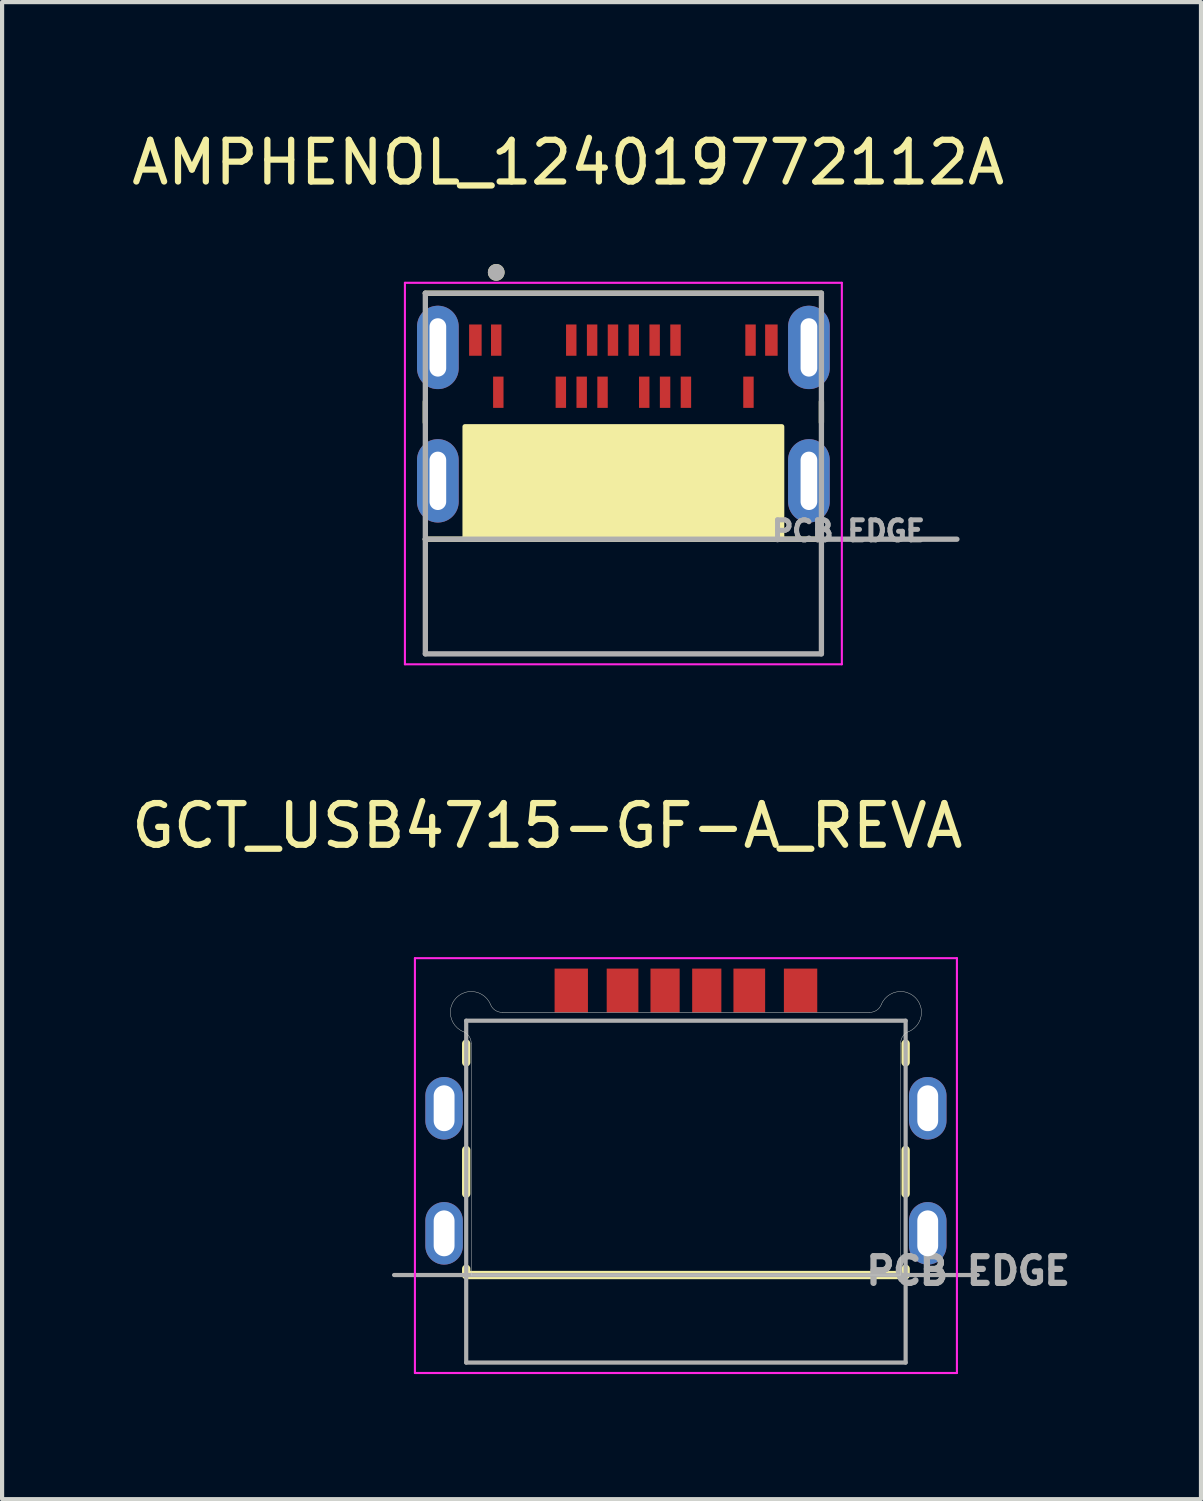
<source format=kicad_pcb>
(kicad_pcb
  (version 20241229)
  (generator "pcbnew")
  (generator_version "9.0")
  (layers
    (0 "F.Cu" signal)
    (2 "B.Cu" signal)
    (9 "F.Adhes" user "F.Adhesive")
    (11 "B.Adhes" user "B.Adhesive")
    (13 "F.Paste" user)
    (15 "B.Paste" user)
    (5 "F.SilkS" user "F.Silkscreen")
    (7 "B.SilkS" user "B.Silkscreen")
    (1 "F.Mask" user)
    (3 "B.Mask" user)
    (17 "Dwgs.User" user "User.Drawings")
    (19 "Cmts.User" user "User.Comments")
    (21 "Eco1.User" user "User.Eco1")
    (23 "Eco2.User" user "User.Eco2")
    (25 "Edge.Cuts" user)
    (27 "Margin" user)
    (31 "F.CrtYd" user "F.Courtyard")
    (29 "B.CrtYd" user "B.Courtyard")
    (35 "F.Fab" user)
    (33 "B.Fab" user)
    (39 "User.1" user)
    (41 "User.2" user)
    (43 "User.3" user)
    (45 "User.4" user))
  (footprint "AMPHENOL_124019772112A"
    (layer "F.Cu")
    (at 11.902 8.483)
    (property "Reference" "AMPHENOL_124019772112A" (at -1.325 -7.635 0) (layer "F.SilkS") (effects (font (size 1 1) (thickness 0.15))))
    (attr through_hole)
    (fp_line (start -4.75 -4.5) (end 4.75 -4.5) (stroke (width 0.127) (type solid)) (layer "F.SilkS"))
    (fp_line (start -4.75 -1.9) (end -4.75 -1.4) (stroke (width 0.127) (type solid)) (layer "F.SilkS"))
    (fp_line (start -4.75 1.4) (end 4.75 1.4) (stroke (width 0.127) (type solid)) (layer "F.SilkS"))
    (fp_line (start 4.75 -1.9) (end 4.75 -1.4) (stroke (width 0.127) (type solid)) (layer "F.SilkS"))
    (fp_rect (start -3.8 1.4) (end 3.8 -1.3) (stroke (width 0.12) (type solid)) (fill yes) (layer "F.SilkS"))
    (fp_circle (center -3.05 -5) (end -2.95 -5) (stroke (width 0.2) (type solid)) (fill no) (layer "F.SilkS"))
    (fp_line (start -5.24 -4.75) (end 5.24 -4.75) (stroke (width 0.05) (type solid)) (layer "F.CrtYd"))
    (fp_line (start -5.24 4.4) (end -5.24 -4.75) (stroke (width 0.05) (type solid)) (layer "F.CrtYd"))
    (fp_line (start 5.24 -4.75) (end 5.24 4.4) (stroke (width 0.05) (type solid)) (layer "F.CrtYd"))
    (fp_line (start 5.24 4.4) (end -5.24 4.4) (stroke (width 0.05) (type solid)) (layer "F.CrtYd"))
    (fp_line (start -4.75 -4.5) (end 4.75 -4.5) (stroke (width 0.127) (type solid)) (layer "F.Fab"))
    (fp_line (start -4.75 1.4) (end -4.75 -4.5) (stroke (width 0.127) (type solid)) (layer "F.Fab"))
    (fp_line (start -4.75 1.4) (end 8 1.4) (stroke (width 0.127) (type solid)) (layer "F.Fab"))
    (fp_line (start -4.75 4.15) (end -4.75 1.4) (stroke (width 0.127) (type solid)) (layer "F.Fab"))
    (fp_line (start 4.75 -4.5) (end 4.75 4.15) (stroke (width 0.127) (type solid)) (layer "F.Fab"))
    (fp_line (start 4.75 4.15) (end -4.75 4.15) (stroke (width 0.127) (type solid)) (layer "F.Fab"))
    (fp_circle (center -3.05 -5) (end -2.95 -5) (stroke (width 0.2) (type solid)) (fill no) (layer "F.Fab"))
    (fp_text user "PCB EDGE" (at 5.4 1.2 0) (layer "F.Fab") (effects (font (size 0.48 0.48) (thickness 0.15))))
    (pad "A1" smd rect (at -3.05 -3.375) (size 0.25 0.75) (layers "F.Cu" "F.Mask" "F.Paste"))
    (pad "A4" smd rect (at -1.25 -3.375) (size 0.25 0.75) (layers "F.Cu" "F.Mask" "F.Paste"))
    (pad "A5" smd rect (at -0.75 -3.375) (size 0.25 0.75) (layers "F.Cu" "F.Mask" "F.Paste"))
    (pad "A6" smd rect (at -0.25 -3.375) (size 0.25 0.75) (layers "F.Cu" "F.Mask" "F.Paste"))
    (pad "A7" smd rect (at 0.25 -3.375) (size 0.25 0.75) (layers "F.Cu" "F.Mask" "F.Paste"))
    (pad "A8" smd rect (at 0.75 -3.375) (size 0.25 0.75) (layers "F.Cu" "F.Mask" "F.Paste"))
    (pad "A9" smd rect (at 1.25 -3.375) (size 0.25 0.75) (layers "F.Cu" "F.Mask" "F.Paste"))
    (pad "A12" smd rect (at 3.05 -3.375) (size 0.25 0.75) (layers "F.Cu" "F.Mask" "F.Paste"))
    (pad "B1" smd rect (at 3 -2.125) (size 0.25 0.75) (layers "F.Cu" "F.Mask" "F.Paste"))
    (pad "B4" smd rect (at 1.5 -2.125) (size 0.25 0.75) (layers "F.Cu" "F.Mask" "F.Paste"))
    (pad "B5" smd rect (at 1 -2.125) (size 0.25 0.75) (layers "F.Cu" "F.Mask" "F.Paste"))
    (pad "B6" smd rect (at 0.5 -2.125) (size 0.25 0.75) (layers "F.Cu" "F.Mask" "F.Paste"))
    (pad "B7" smd rect (at -0.5 -2.125) (size 0.25 0.75) (layers "F.Cu" "F.Mask" "F.Paste"))
    (pad "B8" smd rect (at -1 -2.125) (size 0.25 0.75) (layers "F.Cu" "F.Mask" "F.Paste"))
    (pad "B9" smd rect (at -1.5 -2.125) (size 0.25 0.75) (layers "F.Cu" "F.Mask" "F.Paste"))
    (pad "B12" smd rect (at -3 -2.125) (size 0.25 0.75) (layers "F.Cu" "F.Mask" "F.Paste"))
    (pad "G1" smd rect (at -3.55 -3.375) (size 0.3 0.75) (layers "F.Cu" "F.Mask" "F.Paste"))
    (pad "G2" smd rect (at 3.55 -3.375) (size 0.3 0.75) (layers "F.Cu" "F.Mask" "F.Paste"))
    (pad "S1" thru_hole oval (at -4.45 -3.2) (size 1 2) (drill oval 0.4 1.4) (layers "*.Cu" "*.Mask"))
    (pad "S2" thru_hole oval (at 4.45 -3.2) (size 1 2) (drill oval 0.4 1.4) (layers "*.Cu" "*.Mask"))
    (pad "S3" thru_hole oval (at -4.45 0) (size 1 2) (drill oval 0.4 1.4) (layers "*.Cu" "*.Mask"))
    (pad "S4" thru_hole oval (at 4.45 0) (size 1 2) (drill oval 0.4 1.4) (layers "*.Cu" "*.Mask")))
  (footprint "GCT_USB4715-GF-A_REVA"
    (layer "F.Cu")
    (at 13.402 25.532)
    (property "Reference" "GCT_USB4715-GF-A_REVA" (at -3.325 -8.775 0) (layer "F.SilkS") (effects (font (size 1 1) (thickness 0.15))))
    (attr smd)
    (fp_line (start -5.27 -3.55) (end -5.27 -3.1) (stroke (width 0.2) (type solid)) (layer "F.SilkS"))
    (fp_line (start -5.27 -1) (end -5.27 0.05) (stroke (width 0.2) (type solid)) (layer "F.SilkS"))
    (fp_line (start -5.27 1.85) (end -5.27 2) (stroke (width 0.2) (type solid)) (layer "F.SilkS"))
    (fp_line (start -5.27 2) (end 5.27 2) (stroke (width 0.2) (type solid)) (layer "F.SilkS"))
    (fp_line (start 5.27 -3.55) (end 5.27 -3.1) (stroke (width 0.2) (type solid)) (layer "F.SilkS"))
    (fp_line (start 5.27 -1) (end 5.27 0.05) (stroke (width 0.2) (type solid)) (layer "F.SilkS"))
    (fp_line (start 5.27 2) (end 5.27 1.85) (stroke (width 0.2) (type solid)) (layer "F.SilkS"))
    (fp_line (start -5.15 -3.558) (end -5.15 2) (stroke (width 0.01) (type solid)) (layer "Edge.Cuts"))
    (fp_line (start -5.15 2) (end 5.15 2) (stroke (width 0.01) (type solid)) (layer "Edge.Cuts"))
    (fp_line (start -4.408 -4.3) (end 4.408 -4.3) (stroke (width 0.01) (type solid)) (layer "Edge.Cuts"))
    (fp_line (start 5.15 2) (end 5.15 -3.558) (stroke (width 0.01) (type solid)) (layer "Edge.Cuts"))
    (fp_arc (start -5.3375 -3.83649) (mid -5.201253 -3.726086) (end -5.15 -3.55838) (stroke (width 0.01) (type solid)) (layer "Edge.Cuts"))
    (fp_arc (start -5.3375 -3.83649) (mid -5.50355 -4.653551) (end -4.68649 -4.487499) (stroke (width 0.01) (type solid)) (layer "Edge.Cuts"))
    (fp_arc (start -4.40838 -4.29999) (mid -4.576088 -4.351247) (end -4.68649 -4.4875) (stroke (width 0.01) (type solid)) (layer "Edge.Cuts"))
    (fp_arc (start 4.68649 -4.4875) (mid 4.576086 -4.351253) (end 4.40838 -4.3) (stroke (width 0.01) (type solid)) (layer "Edge.Cuts"))
    (fp_arc (start 4.68649 -4.4875) (mid 5.503551 -4.65355) (end 5.337499 -3.83649) (stroke (width 0.01) (type solid)) (layer "Edge.Cuts"))
    (fp_arc (start 5.14999 -3.55838) (mid 5.201247 -3.726088) (end 5.3375 -3.83649) (stroke (width 0.01) (type solid)) (layer "Edge.Cuts"))
    (fp_line (start -6.5 -5.6) (end -6.5 4.35) (stroke (width 0.05) (type solid)) (layer "F.CrtYd"))
    (fp_line (start -6.5 4.35) (end 6.5 4.35) (stroke (width 0.05) (type solid)) (layer "F.CrtYd"))
    (fp_line (start 6.5 -5.6) (end -6.5 -5.6) (stroke (width 0.05) (type solid)) (layer "F.CrtYd"))
    (fp_line (start 6.5 4.35) (end 6.5 -5.6) (stroke (width 0.05) (type solid)) (layer "F.CrtYd"))
    (fp_line (start -5.27 -4.1) (end -5.27 4.1) (stroke (width 0.1) (type solid)) (layer "F.Fab"))
    (fp_line (start -5.27 -4.1) (end 5.27 -4.1) (stroke (width 0.1) (type solid)) (layer "F.Fab"))
    (fp_line (start -5.27 4.1) (end 5.27 4.1) (stroke (width 0.1) (type solid)) (layer "F.Fab"))
    (fp_line (start 5.27 -4.1) (end 5.27 4.1) (stroke (width 0.1) (type solid)) (layer "F.Fab"))
    (fp_line (start 7 2) (end -7 2) (stroke (width 0.1) (type solid)) (layer "F.Fab"))
    (fp_text user "PCB EDGE" (at 6.77 1.9 0) (layer "F.Fab") (effects (font (size 0.64 0.64) (thickness 0.15))))
    (pad "A5" smd rect (at -0.5 -4.825) (size 0.7 1.05) (layers "F.Cu" "F.Mask" "F.Paste"))
    (pad "A9" smd rect (at 1.52 -4.825) (size 0.76 1.05) (layers "F.Cu" "F.Mask" "F.Paste"))
    (pad "A12" smd rect (at 2.75 -4.825) (size 0.8 1.05) (layers "F.Cu" "F.Mask" "F.Paste"))
    (pad "B5" smd rect (at 0.5 -4.825) (size 0.7 1.05) (layers "F.Cu" "F.Mask" "F.Paste"))
    (pad "B9" smd rect (at -1.52 -4.825) (size 0.76 1.05) (layers "F.Cu" "F.Mask" "F.Paste"))
    (pad "B12" smd rect (at -2.75 -4.825) (size 0.8 1.05) (layers "F.Cu" "F.Mask" "F.Paste"))
    (pad "S1" thru_hole oval (at -5.8 1) (size 0.9 1.5) (drill oval 0.5 1.1) (layers "*.Cu" "*.Mask"))
    (pad "S2" thru_hole oval (at 5.8 1) (size 0.9 1.5) (drill oval 0.5 1.1) (layers "*.Cu" "*.Mask"))
    (pad "S3" thru_hole oval (at -5.8 -2) (size 0.9 1.5) (drill oval 0.5 1.1) (layers "*.Cu" "*.Mask"))
    (pad "S4" thru_hole oval (at 5.8 -2) (size 0.9 1.5) (drill oval 0.5 1.1) (layers "*.Cu" "*.Mask")))
  (gr_rect
    (start -3 -3)
    (end 25.756 32.907)
    (stroke (width 0.1) (type default))
    (fill no)
    (layer "Edge.Cuts")))
</source>
